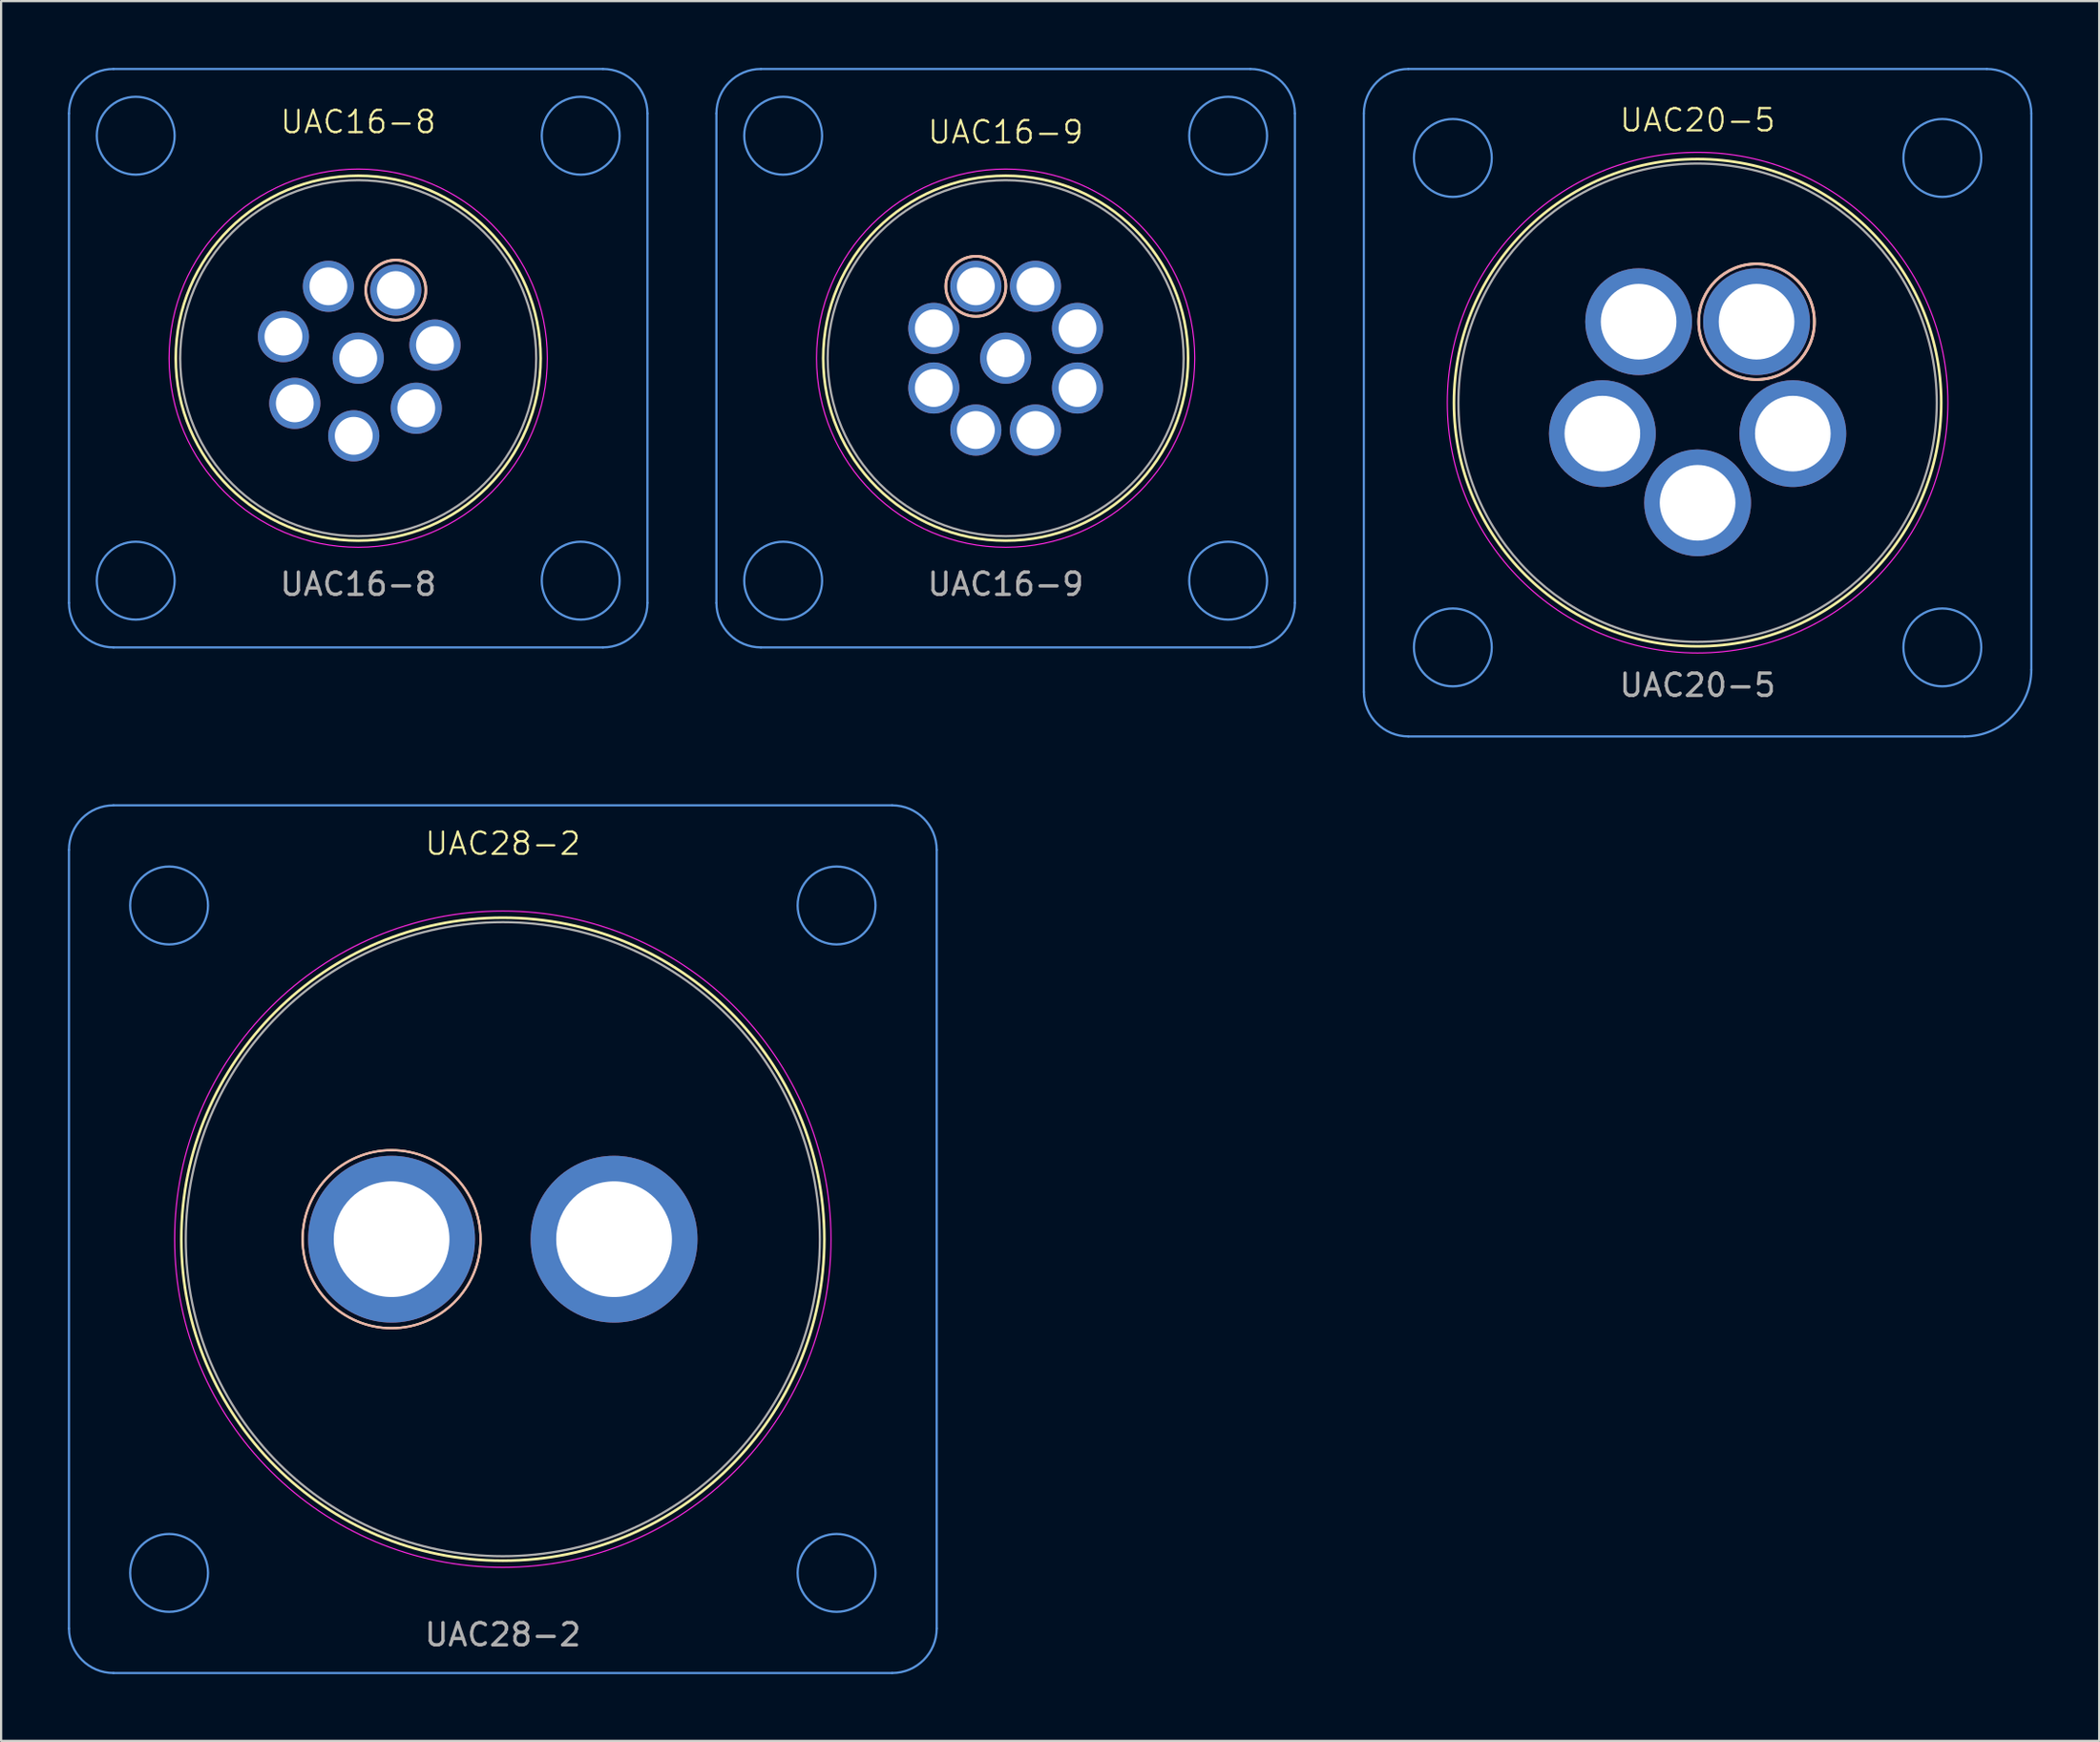
<source format=kicad_pcb>
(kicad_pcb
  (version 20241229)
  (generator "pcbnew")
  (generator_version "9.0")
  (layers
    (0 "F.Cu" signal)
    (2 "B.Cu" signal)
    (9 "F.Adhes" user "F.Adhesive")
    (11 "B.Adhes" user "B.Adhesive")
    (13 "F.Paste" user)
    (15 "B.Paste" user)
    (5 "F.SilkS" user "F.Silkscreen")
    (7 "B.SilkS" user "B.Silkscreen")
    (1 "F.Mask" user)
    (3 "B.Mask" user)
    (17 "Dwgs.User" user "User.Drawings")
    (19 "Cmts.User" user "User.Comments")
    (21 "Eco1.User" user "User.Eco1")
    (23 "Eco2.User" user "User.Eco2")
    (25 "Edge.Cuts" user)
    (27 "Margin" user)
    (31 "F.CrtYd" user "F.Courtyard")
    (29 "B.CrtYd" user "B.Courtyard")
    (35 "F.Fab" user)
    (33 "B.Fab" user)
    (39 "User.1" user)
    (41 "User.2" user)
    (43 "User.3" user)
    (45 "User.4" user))
  (footprint "UAC16-8"
    (layer "F.Cu")
    (at 13.05 13.05)
    (property "Reference" "UAC16-8" (at 0 -10.62 0) (unlocked yes) (layer "F.SilkS") (effects (font (size 1 1) (thickness 0.1))))
    (attr through_hole)
    (fp_circle (center 0 0) (end 8.2 0) (stroke (width 0.12) (type solid)) (fill no) (layer "F.SilkS"))
    (fp_circle (center 1.69 -3.06) (end 3.04 -3.06) (stroke (width 0.12) (type solid)) (fill no) (layer "F.SilkS"))
    (fp_circle (center 1.69 -3.06) (end 3.04 -3.06) (stroke (width 0.12) (type solid)) (fill no) (layer "B.SilkS"))
    (fp_line (start -13 -11) (end -13 11) (stroke (width 0.1) (type solid)) (layer "Cmts.User"))
    (fp_line (start -11 13) (end 11 13) (stroke (width 0.1) (type solid)) (layer "Cmts.User"))
    (fp_line (start 11 -13) (end -11 -13) (stroke (width 0.1) (type solid)) (layer "Cmts.User"))
    (fp_line (start 13 11) (end 13 -11) (stroke (width 0.1) (type solid)) (layer "Cmts.User"))
    (fp_arc (start -13 -11) (mid -12.414214 -12.414214) (end -11 -13) (stroke (width 0.1) (type solid)) (layer "Cmts.User"))
    (fp_arc (start -11 13) (mid -12.414214 12.414214) (end -13 11) (stroke (width 0.1) (type solid)) (layer "Cmts.User"))
    (fp_arc (start 11 -13) (mid 12.414214 -12.414214) (end 13 -11) (stroke (width 0.1) (type solid)) (layer "Cmts.User"))
    (fp_arc (start 13 11) (mid 12.414214 12.414214) (end 11 13) (stroke (width 0.1) (type solid)) (layer "Cmts.User"))
    (fp_circle (center -10 -10) (end -8.25 -10) (stroke (width 0.1) (type solid)) (fill no) (layer "Cmts.User"))
    (fp_circle (center -10 10) (end -8.25 10) (stroke (width 0.1) (type solid)) (fill no) (layer "Cmts.User"))
    (fp_circle (center 10 -10) (end 11.75 -10) (stroke (width 0.1) (type solid)) (fill no) (layer "Cmts.User"))
    (fp_circle (center 10 10) (end 11.75 10) (stroke (width 0.1) (type solid)) (fill no) (layer "Cmts.User"))
    (fp_circle (center 0 0) (end 8.5 0) (stroke (width 0.05) (type solid)) (fill no) (layer "F.CrtYd"))
    (fp_circle (center 0 0) (end 8 0) (stroke (width 0.1) (type solid)) (fill no) (layer "F.Fab"))
    (fp_text user "${REFERENCE}" (at 0 10.16 0) (unlocked yes) (layer "F.Fab") (effects (font (size 1 1) (thickness 0.15))))
    (pad "1" thru_hole circle (at 1.69 -3.06) (size 2.3 2.3) (drill 1.7) (layers "*.Cu" "*.Mask"))
    (pad "2" thru_hole circle (at 3.45 -0.59) (size 2.3 2.3) (drill 1.7) (layers "*.Cu" "*.Mask"))
    (pad "3" thru_hole circle (at 2.61 2.25) (size 2.3 2.3) (drill 1.7) (layers "*.Cu" "*.Mask"))
    (pad "4" thru_hole circle (at -0.2 3.49) (size 2.3 2.3) (drill 1.7) (layers "*.Cu" "*.Mask"))
    (pad "5" thru_hole circle (at -2.85 2.03) (size 2.3 2.3) (drill 1.7) (layers "*.Cu" "*.Mask"))
    (pad "6" thru_hole circle (at -3.36 -0.97) (size 2.3 2.3) (drill 1.7) (layers "*.Cu" "*.Mask"))
    (pad "7" thru_hole circle (at -1.34 -3.23) (size 2.3 2.3) (drill 1.7) (layers "*.Cu" "*.Mask"))
    (pad "8" thru_hole circle (at 0 0) (size 2.3 2.3) (drill 1.7) (layers "*.Cu" "*.Mask")))
  (footprint "UAC28-2"
    (layer "F.Cu")
    (at 19.55 52.65)
    (property "Reference" "UAC28-2" (at 0 -17.78 0) (unlocked yes) (layer "F.SilkS") (effects (font (size 1 1) (thickness 0.1))))
    (attr through_hole)
    (fp_circle (center -5 0) (end -1 0) (stroke (width 0.1) (type solid)) (fill no) (layer "F.SilkS"))
    (fp_circle (center 0 0) (end 14.45 0) (stroke (width 0.12) (type solid)) (fill no) (layer "F.SilkS"))
    (fp_circle (center -5 0) (end -1 0) (stroke (width 0.1) (type solid)) (fill no) (layer "B.SilkS"))
    (fp_line (start -19.5 -17.5) (end -19.5 17.5) (stroke (width 0.1) (type solid)) (layer "Cmts.User"))
    (fp_line (start -17.5 19.5) (end 17.5 19.5) (stroke (width 0.1) (type solid)) (layer "Cmts.User"))
    (fp_line (start 17.5 -19.5) (end -17.5 -19.5) (stroke (width 0.1) (type solid)) (layer "Cmts.User"))
    (fp_line (start 19.5 17.5) (end 19.5 -17.5) (stroke (width 0.1) (type solid)) (layer "Cmts.User"))
    (fp_arc (start -19.5 -17.5) (mid -18.914214 -18.914214) (end -17.5 -19.5) (stroke (width 0.1) (type solid)) (layer "Cmts.User"))
    (fp_arc (start -17.5 19.5) (mid -18.914214 18.914214) (end -19.5 17.5) (stroke (width 0.1) (type solid)) (layer "Cmts.User"))
    (fp_arc (start 17.5 -19.5) (mid 18.914214 -18.914214) (end 19.5 -17.5) (stroke (width 0.1) (type solid)) (layer "Cmts.User"))
    (fp_arc (start 19.5 17.5) (mid 18.914214 18.914214) (end 17.5 19.5) (stroke (width 0.1) (type solid)) (layer "Cmts.User"))
    (fp_circle (center -15 -15) (end -13.25 -15) (stroke (width 0.1) (type solid)) (fill no) (layer "Cmts.User"))
    (fp_circle (center -15 15) (end -13.25 15) (stroke (width 0.1) (type solid)) (fill no) (layer "Cmts.User"))
    (fp_circle (center 15 -15) (end 16.75 -15) (stroke (width 0.1) (type solid)) (fill no) (layer "Cmts.User"))
    (fp_circle (center 15 15) (end 16.75 15) (stroke (width 0.1) (type solid)) (fill no) (layer "Cmts.User"))
    (fp_circle (center 0 0) (end 14.75 0) (stroke (width 0.05) (type solid)) (fill no) (layer "F.CrtYd"))
    (fp_circle (center 0 0) (end 14.25 0) (stroke (width 0.1) (type solid)) (fill no) (layer "F.Fab"))
    (fp_text user "${REFERENCE}" (at 0 17.78 0) (unlocked yes) (layer "F.Fab") (effects (font (size 1 1) (thickness 0.15))))
    (pad "1" thru_hole circle (at -5 0) (size 7.5 7.5) (drill 5.2) (layers "*.Cu" "*.Mask"))
    (pad "2" thru_hole circle (at 5 0) (size 7.5 7.5) (drill 5.2) (layers "*.Cu" "*.Mask")))
  (footprint "UAC16-9"
    (layer "F.Cu")
    (at 42.15 13.05)
    (property "Reference" "UAC16-9" (at 0 -10.16 0) (unlocked yes) (layer "F.SilkS") (effects (font (size 1 1) (thickness 0.1))))
    (attr through_hole)
    (fp_circle (center -1.34 -3.23) (end 0.01 -3.23) (stroke (width 0.12) (type solid)) (fill no) (layer "F.SilkS"))
    (fp_circle (center 0 0) (end 8.2 0) (stroke (width 0.12) (type solid)) (fill no) (layer "F.SilkS"))
    (fp_circle (center -1.34 -3.23) (end 0.01 -3.23) (stroke (width 0.12) (type solid)) (fill no) (layer "B.SilkS"))
    (fp_line (start -13 -11) (end -13 11) (stroke (width 0.1) (type solid)) (layer "Cmts.User"))
    (fp_line (start -11 13) (end 11 13) (stroke (width 0.1) (type solid)) (layer "Cmts.User"))
    (fp_line (start 11 -13) (end -11 -13) (stroke (width 0.1) (type solid)) (layer "Cmts.User"))
    (fp_line (start 13 11) (end 13 -11) (stroke (width 0.1) (type solid)) (layer "Cmts.User"))
    (fp_arc (start -13 -11) (mid -12.414214 -12.414214) (end -11 -13) (stroke (width 0.1) (type solid)) (layer "Cmts.User"))
    (fp_arc (start -11 13) (mid -12.414214 12.414214) (end -13 11) (stroke (width 0.1) (type solid)) (layer "Cmts.User"))
    (fp_arc (start 11 -13) (mid 12.414214 -12.414214) (end 13 -11) (stroke (width 0.1) (type solid)) (layer "Cmts.User"))
    (fp_arc (start 13 11) (mid 12.414214 12.414214) (end 11 13) (stroke (width 0.1) (type solid)) (layer "Cmts.User"))
    (fp_circle (center -10 -10) (end -8.25 -10) (stroke (width 0.1) (type solid)) (fill no) (layer "Cmts.User"))
    (fp_circle (center -10 10) (end -8.25 10) (stroke (width 0.1) (type solid)) (fill no) (layer "Cmts.User"))
    (fp_circle (center 10 -10) (end 11.75 -10) (stroke (width 0.1) (type solid)) (fill no) (layer "Cmts.User"))
    (fp_circle (center 10 10) (end 11.75 10) (stroke (width 0.1) (type solid)) (fill no) (layer "Cmts.User"))
    (fp_circle (center 0 0) (end 8.5 0) (stroke (width 0.05) (type solid)) (fill no) (layer "F.CrtYd"))
    (fp_circle (center 0 0) (end 8 0) (stroke (width 0.1) (type solid)) (fill no) (layer "F.Fab"))
    (fp_text user "${REFERENCE}" (at 0 10.16 0) (unlocked yes) (layer "F.Fab") (effects (font (size 1 1) (thickness 0.15))))
    (pad "1" thru_hole circle (at -1.34 -3.23) (size 2.3 2.3) (drill 1.7) (layers "*.Cu" "*.Mask"))
    (pad "2" thru_hole circle (at 1.34 -3.23) (size 2.3 2.3) (drill 1.7) (layers "*.Cu" "*.Mask"))
    (pad "3" thru_hole circle (at -3.23 -1.34) (size 2.3 2.3) (drill 1.7) (layers "*.Cu" "*.Mask"))
    (pad "4" thru_hole circle (at 0 0) (size 2.3 2.3) (drill 1.7) (layers "*.Cu" "*.Mask"))
    (pad "5" thru_hole circle (at 3.23 -1.34) (size 2.3 2.3) (drill 1.7) (layers "*.Cu" "*.Mask"))
    (pad "6" thru_hole circle (at -3.23 1.34) (size 2.3 2.3) (drill 1.7) (layers "*.Cu" "*.Mask"))
    (pad "7" thru_hole circle (at 3.23 1.34) (size 2.3 2.3) (drill 1.7) (layers "*.Cu" "*.Mask"))
    (pad "8" thru_hole circle (at -1.34 3.23) (size 2.3 2.3) (drill 1.7) (layers "*.Cu" "*.Mask"))
    (pad "9" thru_hole circle (at 1.34 3.23) (size 2.3 2.3) (drill 1.7) (layers "*.Cu" "*.Mask")))
  (footprint "UAC20-5"
    (layer "F.Cu")
    (at 73.25 15.05)
    (property "Reference" "UAC20-5" (at 0 -12.7 0) (unlocked yes) (layer "F.SilkS") (effects (font (size 1 1) (thickness 0.1))))
    (attr through_hole)
    (fp_circle (center 0 0) (end 10.95 0) (stroke (width 0.12) (type solid)) (fill no) (layer "F.SilkS"))
    (fp_circle (center 2.65 -3.64) (end 5.25 -3.64) (stroke (width 0.12) (type solid)) (fill no) (layer "F.SilkS"))
    (fp_circle (center 2.65 -3.64) (end 5.25 -3.64) (stroke (width 0.12) (type solid)) (fill no) (layer "B.SilkS"))
    (fp_line (start -15 -13) (end -15 13) (stroke (width 0.1) (type solid)) (layer "Cmts.User"))
    (fp_line (start -13 15) (end 12 15) (stroke (width 0.1) (type solid)) (layer "Cmts.User"))
    (fp_line (start 13 -15) (end -13 -15) (stroke (width 0.1) (type solid)) (layer "Cmts.User"))
    (fp_line (start 15 12) (end 15 -13) (stroke (width 0.1) (type solid)) (layer "Cmts.User"))
    (fp_arc (start -15 -13) (mid -14.414214 -14.414214) (end -13 -15) (stroke (width 0.1) (type solid)) (layer "Cmts.User"))
    (fp_arc (start -13 15) (mid -14.414214 14.414214) (end -15 13) (stroke (width 0.1) (type solid)) (layer "Cmts.User"))
    (fp_arc (start 13 -15) (mid 14.414214 -14.414214) (end 15 -13) (stroke (width 0.1) (type solid)) (layer "Cmts.User"))
    (fp_arc (start 15 12) (mid 14.12132 14.12132) (end 12 15) (stroke (width 0.1) (type solid)) (layer "Cmts.User"))
    (fp_circle (center -11 -11) (end -9.25 -11) (stroke (width 0.1) (type solid)) (fill no) (layer "Cmts.User"))
    (fp_circle (center -11 11) (end -9.25 11) (stroke (width 0.1) (type solid)) (fill no) (layer "Cmts.User"))
    (fp_circle (center 11 -11) (end 12.75 -11) (stroke (width 0.1) (type solid)) (fill no) (layer "Cmts.User"))
    (fp_circle (center 11 11) (end 12.75 11) (stroke (width 0.1) (type solid)) (fill no) (layer "Cmts.User"))
    (fp_circle (center 0 0) (end 11.25 0) (stroke (width 0.05) (type solid)) (fill no) (layer "F.CrtYd"))
    (fp_circle (center 0 0) (end 10.75 0) (stroke (width 0.1) (type solid)) (fill no) (layer "F.Fab"))
    (fp_text user "${REFERENCE}" (at 0 12.7 0) (unlocked yes) (layer "F.Fab") (effects (font (size 1 1) (thickness 0.15))))
    (pad "1" thru_hole circle (at 2.65 -3.64) (size 4.8 4.8) (drill 3.4) (layers "*.Cu" "*.Mask"))
    (pad "2" thru_hole circle (at -2.65 -3.64) (size 4.8 4.8) (drill 3.4) (layers "*.Cu" "*.Mask"))
    (pad "3" thru_hole circle (at 4.28 1.39) (size 4.8 4.8) (drill 3.4) (layers "*.Cu" "*.Mask"))
    (pad "4" thru_hole circle (at 0 4.5) (size 4.8 4.8) (drill 3.4) (layers "*.Cu" "*.Mask"))
    (pad "5" thru_hole circle (at -4.28 1.39) (size 4.8 4.8) (drill 3.4) (layers "*.Cu" "*.Mask")))
  (gr_rect
    (start -3 -3)
    (end 91.3 75.2)
    (stroke (width 0.1) (type default))
    (fill no)
    (layer "Edge.Cuts")))
</source>
